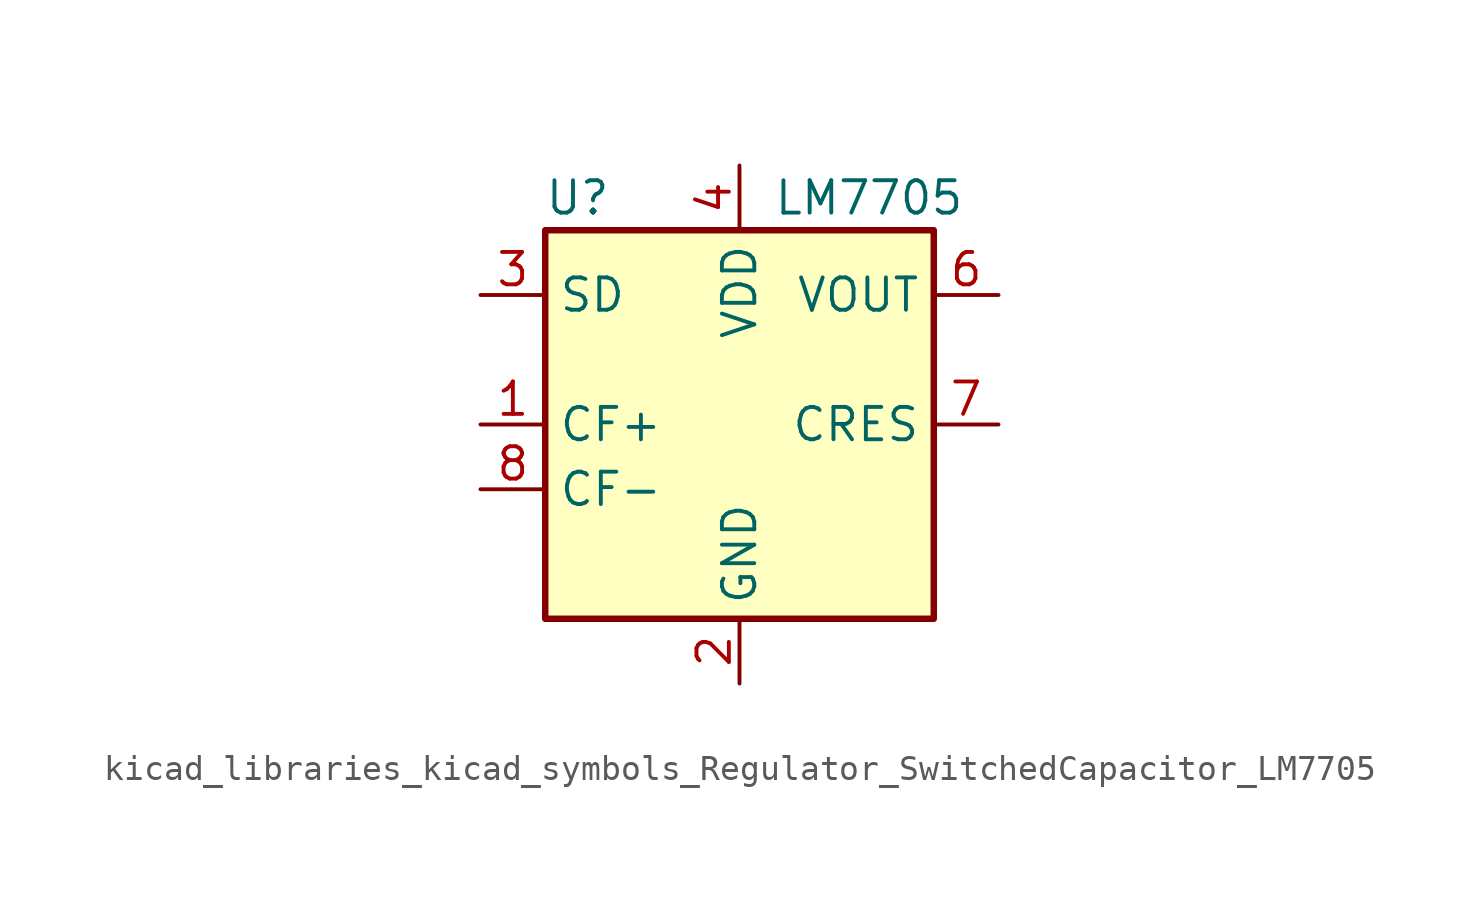
<source format=kicad_sym>
(kicad_symbol_lib
  (version 20220914)
  (generator kicad_symbol_editor)
  (symbol "kicad_libraries_kicad_symbols_Regulator_SwitchedCapacitor_LM7705"
    (property "Reference" "U"
      (at -6.35 8.89 0)
      (effects (font (size 1.27 1.27))))
    (property "Value" "LM7705"
      (at 5.08 8.89 0)
      (effects (font (size 1.27 1.27))))
    (symbol "kicad_libraries_kicad_symbols_Regulator_SwitchedCapacitor_LM7705_0_1"
      (rectangle (start -7.62 7.62) (end 7.62 -7.62) (stroke (width 0.254) (type default)) (fill (type background))))
    (symbol "kicad_libraries_kicad_symbols_Regulator_SwitchedCapacitor_LM7705_1_1"
      (pin passive line (at -10.16 0 0) (length 2.54) (name "CF+" (effects (font (size 1.27 1.27)))) (number "1" (effects (font (size 1.27 1.27)))))
      (pin power_in line (at 0 -10.16 90) (length 2.54) (name "GND" (effects (font (size 1.27 1.27)))) (number "2" (effects (font (size 1.27 1.27)))))
      (pin input line (at -10.16 5.08 0) (length 2.54) (name "SD" (effects (font (size 1.27 1.27)))) (number "3" (effects (font (size 1.27 1.27)))))
      (pin power_in line (at 0 10.16 270) (length 2.54) (name "VDD" (effects (font (size 1.27 1.27)))) (number "4" (effects (font (size 1.27 1.27)))))
      (pin passive line (at 0 -10.16 90) (length 2.54) hide (name "GND" (effects (font (size 1.27 1.27)))) (number "5" (effects (font (size 1.27 1.27)))))
      (pin power_out line (at 10.16 5.08 180) (length 2.54) (name "VOUT" (effects (font (size 1.27 1.27)))) (number "6" (effects (font (size 1.27 1.27)))))
      (pin passive line (at 10.16 0 180) (length 2.54) (name "CRES" (effects (font (size 1.27 1.27)))) (number "7" (effects (font (size 1.27 1.27)))))
      (pin passive line (at -10.16 -2.54 0) (length 2.54) (name "CF-" (effects (font (size 1.27 1.27)))) (number "8" (effects (font (size 1.27 1.27))))))))
</source>
